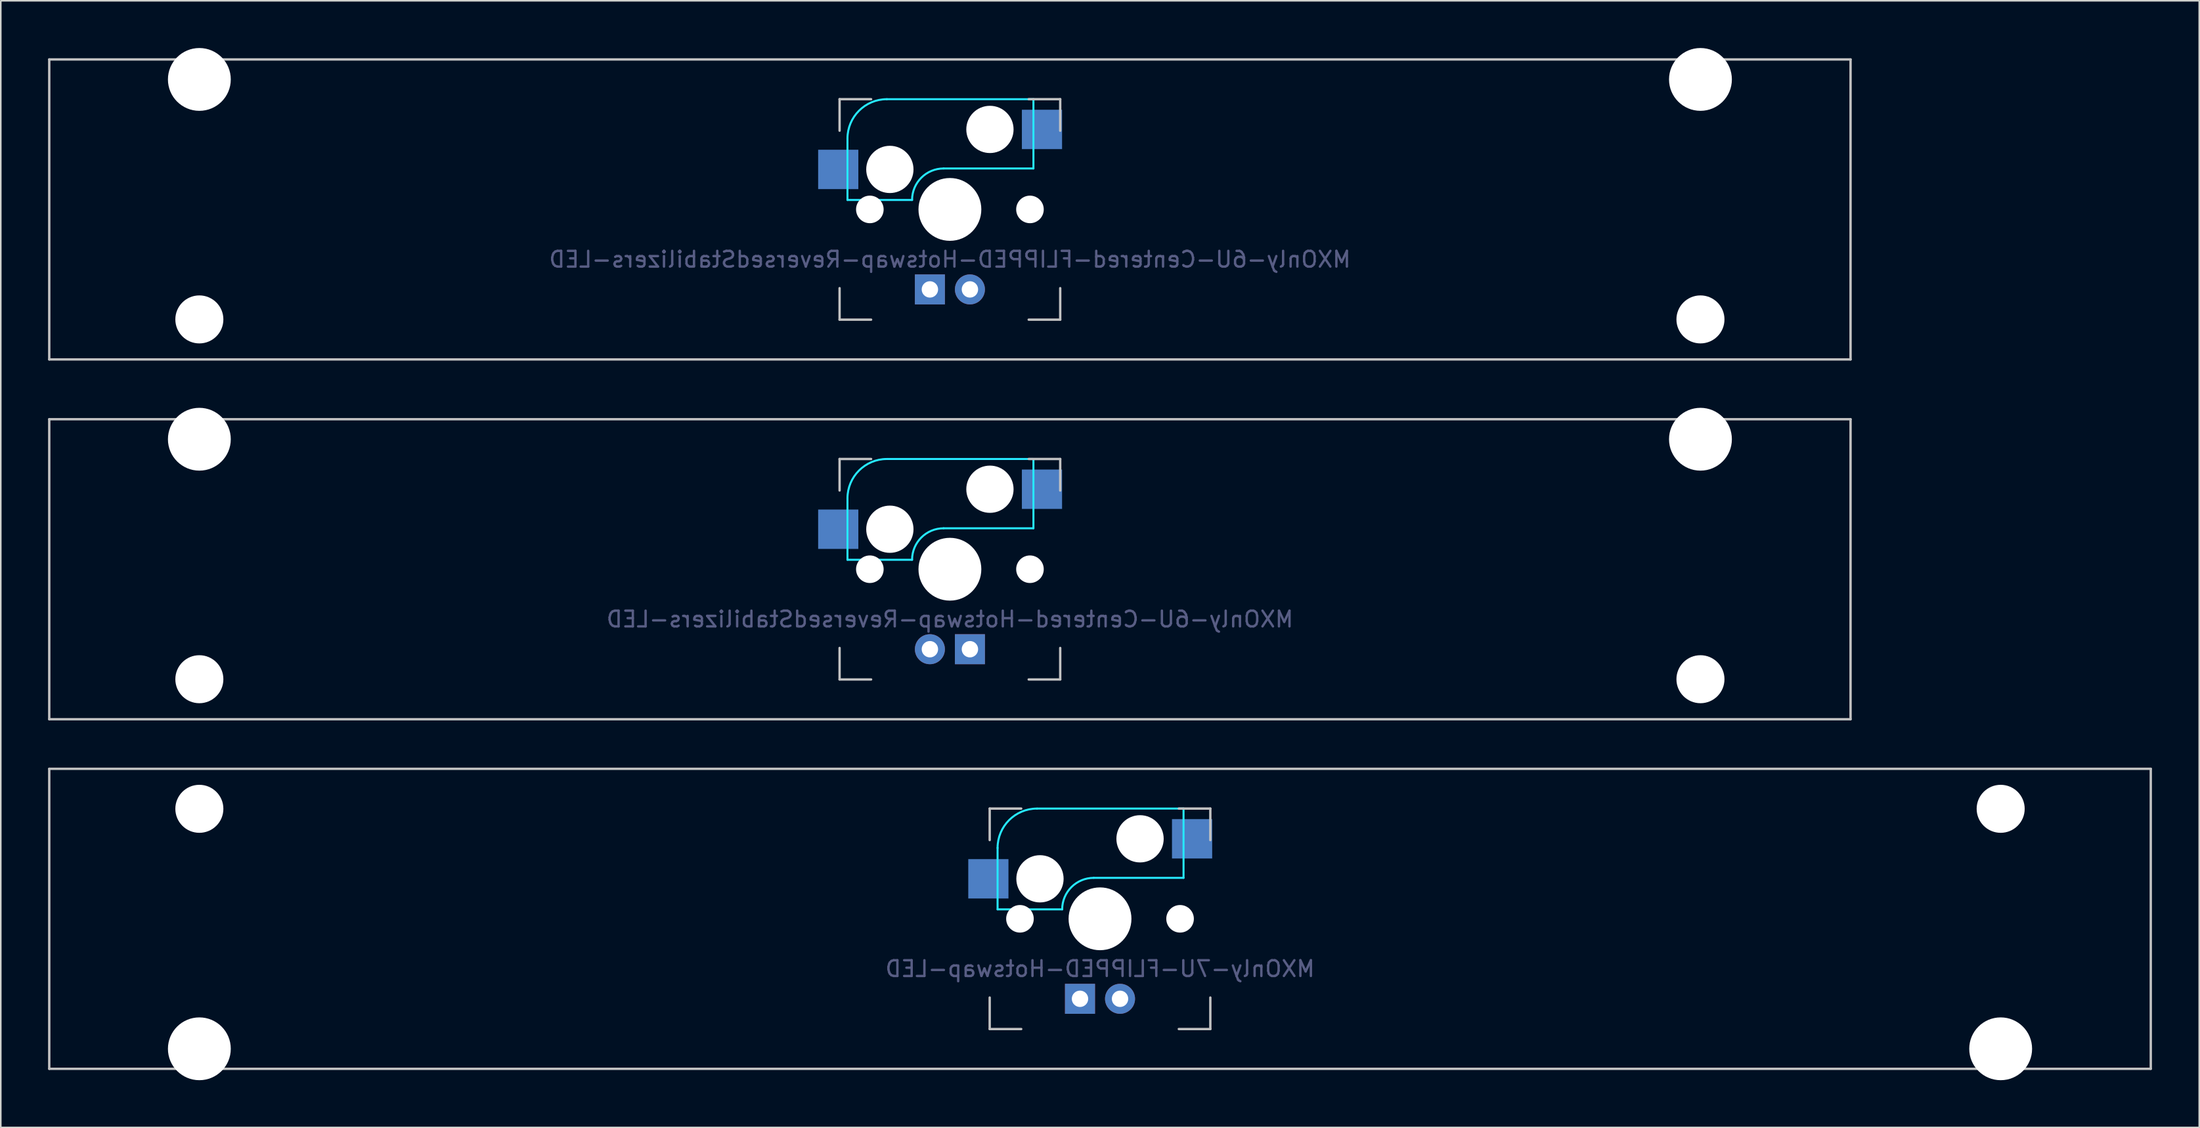
<source format=kicad_pcb>
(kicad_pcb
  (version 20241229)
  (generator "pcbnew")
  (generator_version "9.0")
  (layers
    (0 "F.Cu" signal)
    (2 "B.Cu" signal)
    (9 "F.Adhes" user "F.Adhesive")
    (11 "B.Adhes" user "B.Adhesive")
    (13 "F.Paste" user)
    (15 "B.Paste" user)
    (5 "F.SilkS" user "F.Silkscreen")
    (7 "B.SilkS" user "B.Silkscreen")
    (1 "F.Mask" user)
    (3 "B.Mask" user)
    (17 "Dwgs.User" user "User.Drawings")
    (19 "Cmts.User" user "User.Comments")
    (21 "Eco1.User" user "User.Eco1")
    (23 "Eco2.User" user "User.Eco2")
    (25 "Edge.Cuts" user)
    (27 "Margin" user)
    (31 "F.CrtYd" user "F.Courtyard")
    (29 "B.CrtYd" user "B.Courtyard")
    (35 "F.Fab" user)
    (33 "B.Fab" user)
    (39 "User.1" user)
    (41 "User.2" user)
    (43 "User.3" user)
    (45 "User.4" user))
  (footprint "MXOnly-6U-Centered-FLIPPED-Hotswap-ReversedStabilizers-LED"
    (layer "F.Cu")
    (at 57.225 10.249)
    (property "Reference" "MXOnly-6U-Centered-FLIPPED-Hotswap-ReversedStabilizers-LED" (at 0 3.175 0) (layer "B.Fab") (effects (font (size 1 1) (thickness 0.15)) (justify mirror)))
    (attr through_hole)
    (fp_line (start -57.15 -9.525) (end 57.15 -9.525) (stroke (width 0.15) (type solid)) (layer "Dwgs.User"))
    (fp_line (start -57.15 9.525) (end -57.15 -9.525) (stroke (width 0.15) (type solid)) (layer "Dwgs.User"))
    (fp_line (start -57.15 9.525) (end 57.15 9.525) (stroke (width 0.15) (type solid)) (layer "Dwgs.User"))
    (fp_line (start -7 -7) (end -7 -5) (stroke (width 0.15) (type solid)) (layer "Dwgs.User"))
    (fp_line (start -7 5) (end -7 7) (stroke (width 0.15) (type solid)) (layer "Dwgs.User"))
    (fp_line (start -7 7) (end -5 7) (stroke (width 0.15) (type solid)) (layer "Dwgs.User"))
    (fp_line (start -5 -7) (end -7 -7) (stroke (width 0.15) (type solid)) (layer "Dwgs.User"))
    (fp_line (start 5 -7) (end 7 -7) (stroke (width 0.15) (type solid)) (layer "Dwgs.User"))
    (fp_line (start 5 7) (end 7 7) (stroke (width 0.15) (type solid)) (layer "Dwgs.User"))
    (fp_line (start 7 -7) (end 7 -5) (stroke (width 0.15) (type solid)) (layer "Dwgs.User"))
    (fp_line (start 7 7) (end 7 5) (stroke (width 0.15) (type solid)) (layer "Dwgs.User"))
    (fp_line (start 57.15 -9.525) (end 57.15 9.525) (stroke (width 0.15) (type solid)) (layer "Dwgs.User"))
    (fp_line (start -6.5 -4.5) (end -6.5 -0.6) (stroke (width 0.127) (type solid)) (layer "B.CrtYd"))
    (fp_line (start -6.5 -0.6) (end -2.4 -0.6) (stroke (width 0.127) (type solid)) (layer "B.CrtYd"))
    (fp_line (start -0.4 -2.6) (end 5.3 -2.6) (stroke (width 0.127) (type solid)) (layer "B.CrtYd"))
    (fp_line (start 5.3 -7) (end -4 -7) (stroke (width 0.127) (type solid)) (layer "B.CrtYd"))
    (fp_line (start 5.3 -7) (end 5.3 -2.6) (stroke (width 0.127) (type solid)) (layer "B.CrtYd"))
    (fp_arc (start -6.5 -4.5) (mid -5.767767 -6.267767) (end -4 -7) (stroke (width 0.127) (type solid)) (layer "B.CrtYd"))
    (fp_arc (start -2.4 -0.6) (mid -1.814214 -2.014214) (end -0.4 -2.6) (stroke (width 0.127) (type solid)) (layer "B.CrtYd"))
    (pad "" np_thru_hole circle (at -47.625 -8.255) (size 3.988 3.988) (drill 3.988) (layers "*.Cu" "*.Mask"))
    (pad "" np_thru_hole circle (at -47.625 6.985) (size 3.048 3.048) (drill 3.048) (layers "*.Cu" "*.Mask"))
    (pad "" np_thru_hole circle (at -5.08 0 48.1) (size 1.75 1.75) (drill 1.75) (layers "*.Cu" "*.Mask"))
    (pad "" np_thru_hole circle (at -3.81 -2.54) (size 3 3) (drill 3) (layers "*.Cu" "*.Mask"))
    (pad "" np_thru_hole circle (at 0 0) (size 3.988 3.988) (drill 3.988) (layers "*.Cu" "*.Mask"))
    (pad "" np_thru_hole circle (at 2.54 -5.08) (size 3 3) (drill 3) (layers "*.Cu" "*.Mask"))
    (pad "" np_thru_hole circle (at 5.08 0 48.1) (size 1.75 1.75) (drill 1.75) (layers "*.Cu" "*.Mask"))
    (pad "" np_thru_hole circle (at 47.625 -8.255) (size 3.988 3.988) (drill 3.988) (layers "*.Cu" "*.Mask"))
    (pad "" np_thru_hole circle (at 47.625 6.985) (size 3.048 3.048) (drill 3.048) (layers "*.Cu" "*.Mask"))
    (pad "1" smd rect (at -7.085 -2.54) (size 2.55 2.5) (layers "B.Cu" "B.Mask" "B.Paste"))
    (pad "2" smd rect (at 5.842 -5.08) (size 2.55 2.5) (layers "B.Cu" "B.Mask" "B.Paste"))
    (pad "3" thru_hole circle (at 1.27 5.08) (size 1.905 1.905) (drill 1.04) (layers "*.Cu" "B.Mask"))
    (pad "4" thru_hole rect (at -1.27 5.08) (size 1.905 1.905) (drill 1.04) (layers "*.Cu" "B.Mask")))
  (footprint "MXOnly-7U-FLIPPED-Hotswap-LED"
    (layer "F.Cu")
    (at 66.75 55.298)
    (property "Reference" "MXOnly-7U-FLIPPED-Hotswap-LED" (at 0 3.175 0) (layer "B.Fab") (effects (font (size 1 1) (thickness 0.15)) (justify mirror)))
    (attr through_hole)
    (fp_line (start -66.675 -9.525) (end 66.675 -9.525) (stroke (width 0.15) (type solid)) (layer "Dwgs.User"))
    (fp_line (start -66.675 9.525) (end -66.675 -9.525) (stroke (width 0.15) (type solid)) (layer "Dwgs.User"))
    (fp_line (start -66.675 9.525) (end 66.675 9.525) (stroke (width 0.15) (type solid)) (layer "Dwgs.User"))
    (fp_line (start -7 -7) (end -7 -5) (stroke (width 0.15) (type solid)) (layer "Dwgs.User"))
    (fp_line (start -7 5) (end -7 7) (stroke (width 0.15) (type solid)) (layer "Dwgs.User"))
    (fp_line (start -7 7) (end -5 7) (stroke (width 0.15) (type solid)) (layer "Dwgs.User"))
    (fp_line (start -5 -7) (end -7 -7) (stroke (width 0.15) (type solid)) (layer "Dwgs.User"))
    (fp_line (start 5 -7) (end 7 -7) (stroke (width 0.15) (type solid)) (layer "Dwgs.User"))
    (fp_line (start 5 7) (end 7 7) (stroke (width 0.15) (type solid)) (layer "Dwgs.User"))
    (fp_line (start 7 -7) (end 7 -5) (stroke (width 0.15) (type solid)) (layer "Dwgs.User"))
    (fp_line (start 7 7) (end 7 5) (stroke (width 0.15) (type solid)) (layer "Dwgs.User"))
    (fp_line (start 66.675 -9.525) (end 66.675 9.525) (stroke (width 0.15) (type solid)) (layer "Dwgs.User"))
    (fp_line (start -6.5 -4.5) (end -6.5 -0.6) (stroke (width 0.127) (type solid)) (layer "B.CrtYd"))
    (fp_line (start -6.5 -0.6) (end -2.4 -0.6) (stroke (width 0.127) (type solid)) (layer "B.CrtYd"))
    (fp_line (start -0.4 -2.6) (end 5.3 -2.6) (stroke (width 0.127) (type solid)) (layer "B.CrtYd"))
    (fp_line (start 5.3 -7) (end -4 -7) (stroke (width 0.127) (type solid)) (layer "B.CrtYd"))
    (fp_line (start 5.3 -7) (end 5.3 -2.6) (stroke (width 0.127) (type solid)) (layer "B.CrtYd"))
    (fp_arc (start -6.5 -4.5) (mid -5.767767 -6.267767) (end -4 -7) (stroke (width 0.127) (type solid)) (layer "B.CrtYd"))
    (fp_arc (start -2.4 -0.6) (mid -1.814214 -2.014214) (end -0.4 -2.6) (stroke (width 0.127) (type solid)) (layer "B.CrtYd"))
    (pad "" np_thru_hole circle (at -57.15 -6.985) (size 3.048 3.048) (drill 3.048) (layers "*.Cu" "*.Mask"))
    (pad "" np_thru_hole circle (at -57.15 8.255) (size 3.988 3.988) (drill 3.988) (layers "*.Cu" "*.Mask"))
    (pad "" np_thru_hole circle (at -5.08 0 48.1) (size 1.75 1.75) (drill 1.75) (layers "*.Cu" "*.Mask"))
    (pad "" np_thru_hole circle (at -3.81 -2.54) (size 3 3) (drill 3) (layers "*.Cu" "*.Mask"))
    (pad "" np_thru_hole circle (at 0 0) (size 3.988 3.988) (drill 3.988) (layers "*.Cu" "*.Mask"))
    (pad "" np_thru_hole circle (at 2.54 -5.08) (size 3 3) (drill 3) (layers "*.Cu" "*.Mask"))
    (pad "" np_thru_hole circle (at 5.08 0 48.1) (size 1.75 1.75) (drill 1.75) (layers "*.Cu" "*.Mask"))
    (pad "" np_thru_hole circle (at 57.15 -6.985) (size 3.048 3.048) (drill 3.048) (layers "*.Cu" "*.Mask"))
    (pad "" np_thru_hole circle (at 57.15 8.255) (size 3.988 3.988) (drill 3.988) (layers "*.Cu" "*.Mask"))
    (pad "1" smd rect (at -7.085 -2.54) (size 2.55 2.5) (layers "B.Cu" "B.Mask" "B.Paste"))
    (pad "2" smd rect (at 5.842 -5.08) (size 2.55 2.5) (layers "B.Cu" "B.Mask" "B.Paste"))
    (pad "3" thru_hole circle (at 1.27 5.08 180) (size 1.905 1.905) (drill 1.04) (layers "*.Cu" "B.Mask"))
    (pad "4" thru_hole rect (at -1.27 5.08 180) (size 1.905 1.905) (drill 1.04) (layers "*.Cu" "B.Mask")))
  (footprint "MXOnly-6U-Centered-Hotswap-ReversedStabilizers-LED"
    (layer "F.Cu")
    (at 57.225 33.098)
    (property "Reference" "MXOnly-6U-Centered-Hotswap-ReversedStabilizers-LED" (at 0 3.175 0) (layer "B.Fab") (effects (font (size 1 1) (thickness 0.15)) (justify mirror)))
    (attr through_hole)
    (fp_line (start -57.15 -9.525) (end 57.15 -9.525) (stroke (width 0.15) (type solid)) (layer "Dwgs.User"))
    (fp_line (start -57.15 9.525) (end -57.15 -9.525) (stroke (width 0.15) (type solid)) (layer "Dwgs.User"))
    (fp_line (start -57.15 9.525) (end 57.15 9.525) (stroke (width 0.15) (type solid)) (layer "Dwgs.User"))
    (fp_line (start -7 -7) (end -7 -5) (stroke (width 0.15) (type solid)) (layer "Dwgs.User"))
    (fp_line (start -7 5) (end -7 7) (stroke (width 0.15) (type solid)) (layer "Dwgs.User"))
    (fp_line (start -7 7) (end -5 7) (stroke (width 0.15) (type solid)) (layer "Dwgs.User"))
    (fp_line (start -5 -7) (end -7 -7) (stroke (width 0.15) (type solid)) (layer "Dwgs.User"))
    (fp_line (start 5 -7) (end 7 -7) (stroke (width 0.15) (type solid)) (layer "Dwgs.User"))
    (fp_line (start 5 7) (end 7 7) (stroke (width 0.15) (type solid)) (layer "Dwgs.User"))
    (fp_line (start 7 -7) (end 7 -5) (stroke (width 0.15) (type solid)) (layer "Dwgs.User"))
    (fp_line (start 7 7) (end 7 5) (stroke (width 0.15) (type solid)) (layer "Dwgs.User"))
    (fp_line (start 57.15 -9.525) (end 57.15 9.525) (stroke (width 0.15) (type solid)) (layer "Dwgs.User"))
    (fp_line (start -6.5 -4.5) (end -6.5 -0.6) (stroke (width 0.127) (type solid)) (layer "B.CrtYd"))
    (fp_line (start -6.5 -0.6) (end -2.4 -0.6) (stroke (width 0.127) (type solid)) (layer "B.CrtYd"))
    (fp_line (start -0.4 -2.6) (end 5.3 -2.6) (stroke (width 0.127) (type solid)) (layer "B.CrtYd"))
    (fp_line (start 5.3 -7) (end -4 -7) (stroke (width 0.127) (type solid)) (layer "B.CrtYd"))
    (fp_line (start 5.3 -7) (end 5.3 -2.6) (stroke (width 0.127) (type solid)) (layer "B.CrtYd"))
    (fp_arc (start -6.5 -4.5) (mid -5.767767 -6.267767) (end -4 -7) (stroke (width 0.127) (type solid)) (layer "B.CrtYd"))
    (fp_arc (start -2.4 -0.6) (mid -1.814214 -2.014214) (end -0.4 -2.6) (stroke (width 0.127) (type solid)) (layer "B.CrtYd"))
    (pad "" np_thru_hole circle (at -47.625 -8.255) (size 3.988 3.988) (drill 3.988) (layers "*.Cu" "*.Mask"))
    (pad "" np_thru_hole circle (at -47.625 6.985) (size 3.048 3.048) (drill 3.048) (layers "*.Cu" "*.Mask"))
    (pad "" np_thru_hole circle (at -5.08 0 48.1) (size 1.75 1.75) (drill 1.75) (layers "*.Cu" "*.Mask"))
    (pad "" np_thru_hole circle (at -3.81 -2.54) (size 3 3) (drill 3) (layers "*.Cu" "*.Mask"))
    (pad "" np_thru_hole circle (at 0 0) (size 3.988 3.988) (drill 3.988) (layers "*.Cu" "*.Mask"))
    (pad "" np_thru_hole circle (at 2.54 -5.08) (size 3 3) (drill 3) (layers "*.Cu" "*.Mask"))
    (pad "" np_thru_hole circle (at 5.08 0 48.1) (size 1.75 1.75) (drill 1.75) (layers "*.Cu" "*.Mask"))
    (pad "" np_thru_hole circle (at 47.625 -8.255) (size 3.988 3.988) (drill 3.988) (layers "*.Cu" "*.Mask"))
    (pad "" np_thru_hole circle (at 47.625 6.985) (size 3.048 3.048) (drill 3.048) (layers "*.Cu" "*.Mask"))
    (pad "1" smd rect (at -7.085 -2.54) (size 2.55 2.5) (layers "B.Cu" "B.Mask" "B.Paste"))
    (pad "2" smd rect (at 5.842 -5.08) (size 2.55 2.5) (layers "B.Cu" "B.Mask" "B.Paste"))
    (pad "3" thru_hole circle (at -1.27 5.08) (size 1.905 1.905) (drill 1.04) (layers "*.Cu" "B.Mask"))
    (pad "4" thru_hole rect (at 1.27 5.08) (size 1.905 1.905) (drill 1.04) (layers "*.Cu" "B.Mask")))
  (gr_rect
    (start -3 -3)
    (end 136.5 68.547)
    (stroke (width 0.1) (type default))
    (fill no)
    (layer "Edge.Cuts")))
</source>
